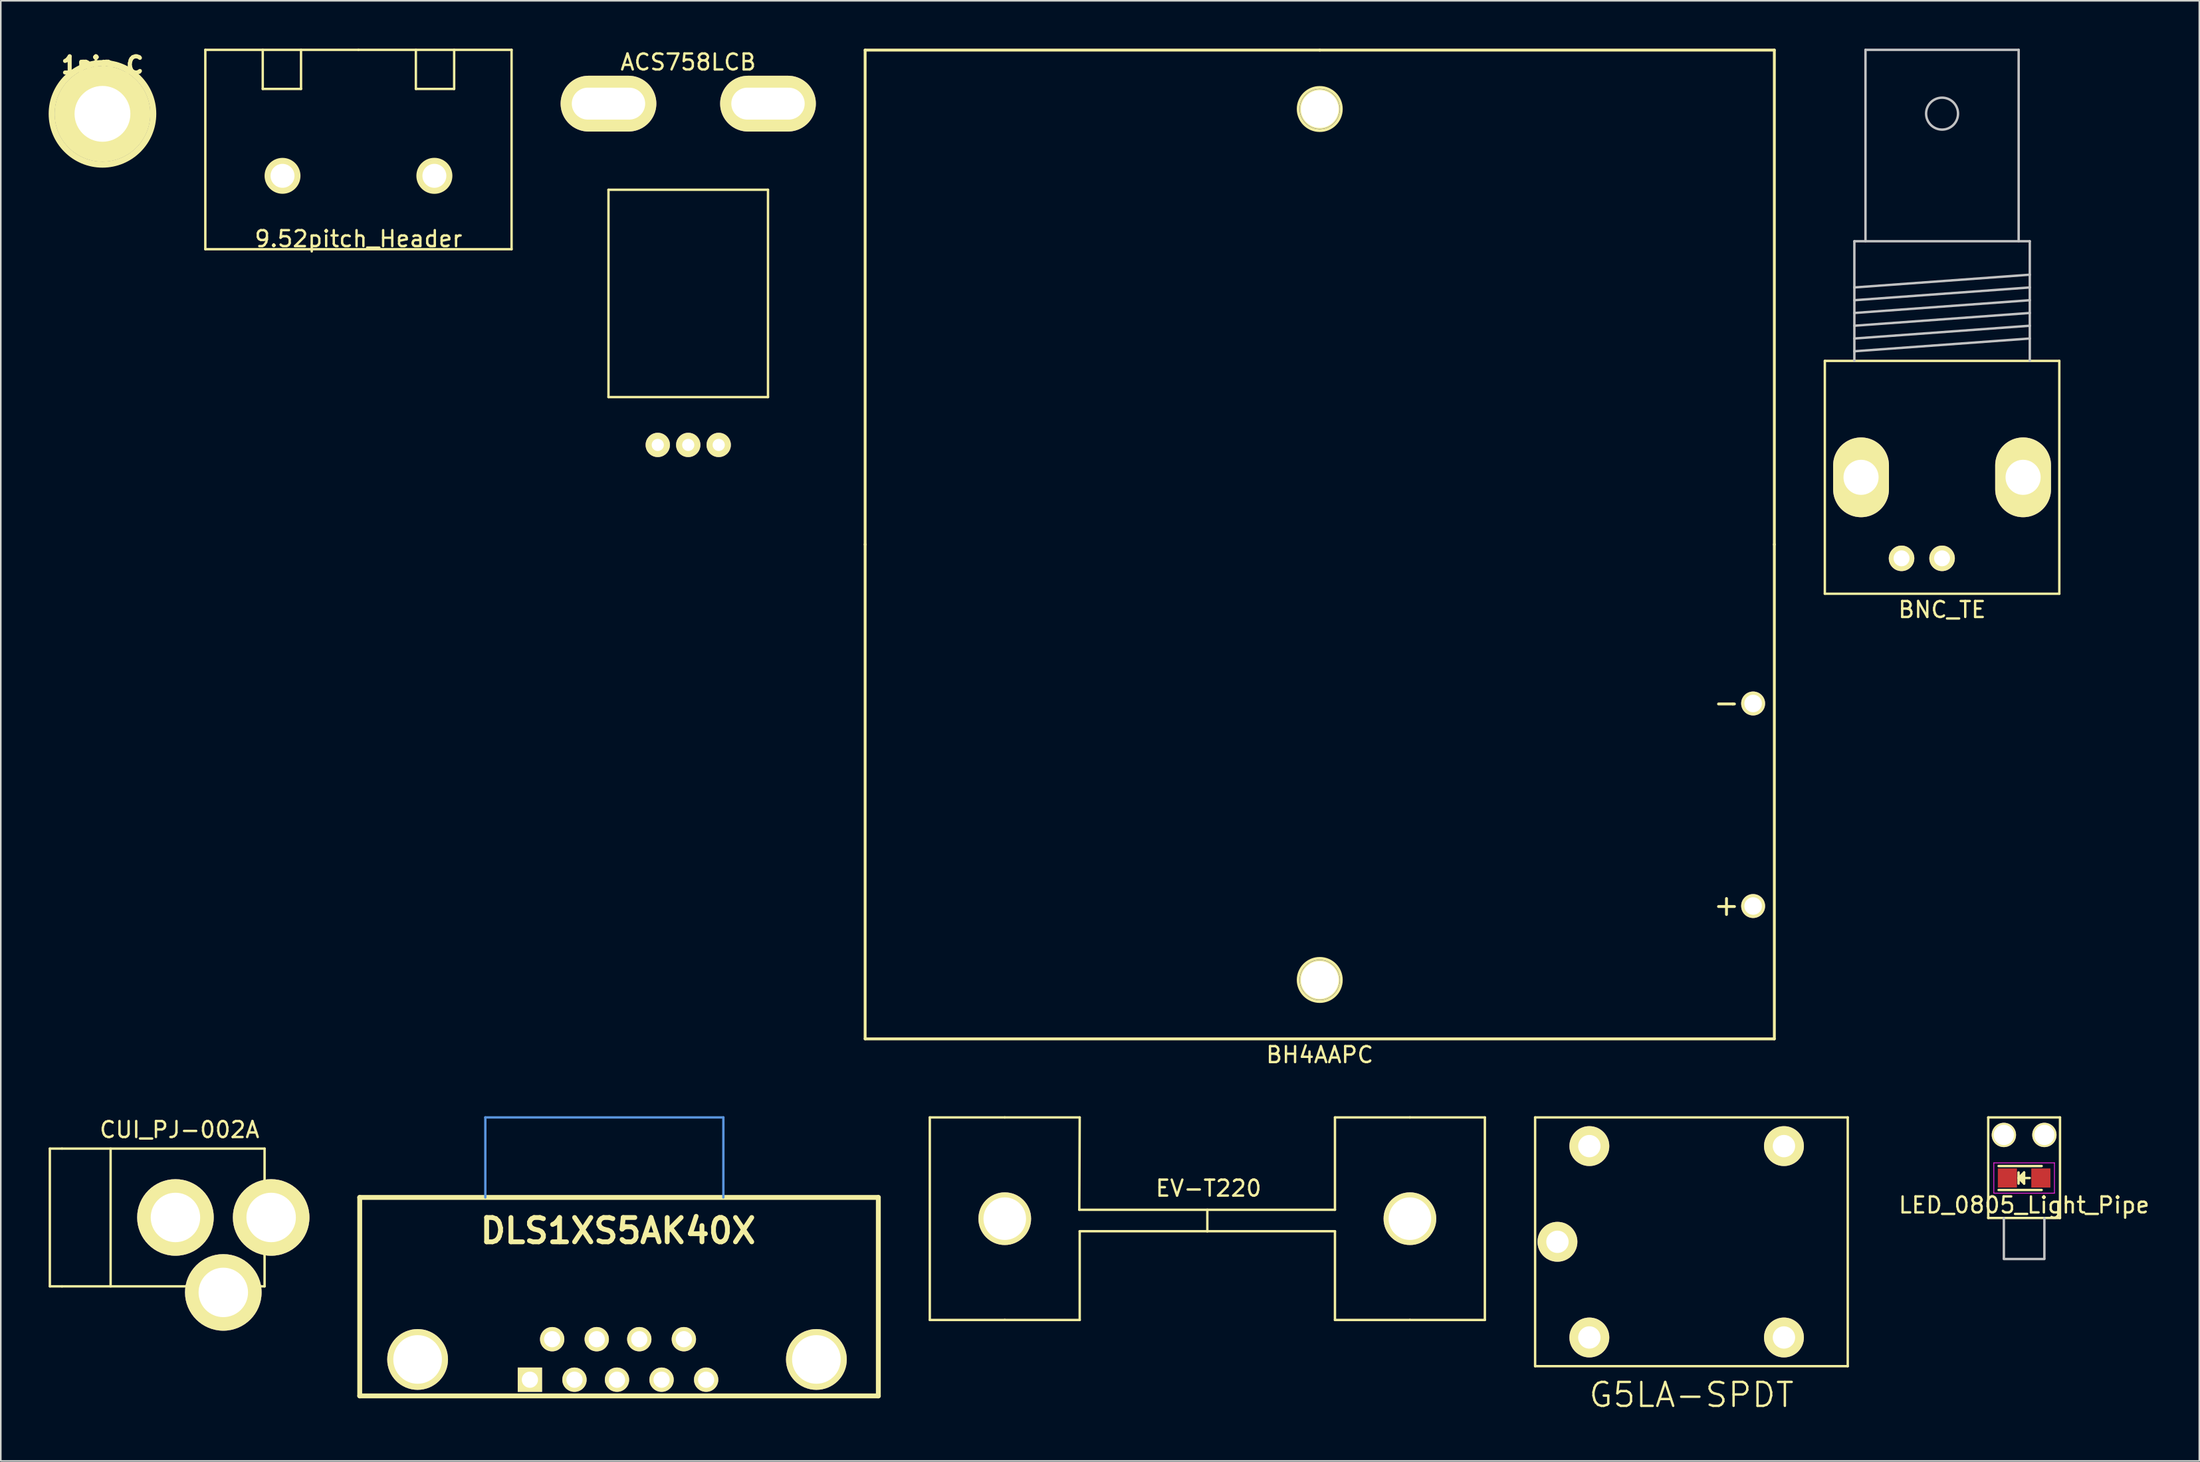
<source format=kicad_pcb>
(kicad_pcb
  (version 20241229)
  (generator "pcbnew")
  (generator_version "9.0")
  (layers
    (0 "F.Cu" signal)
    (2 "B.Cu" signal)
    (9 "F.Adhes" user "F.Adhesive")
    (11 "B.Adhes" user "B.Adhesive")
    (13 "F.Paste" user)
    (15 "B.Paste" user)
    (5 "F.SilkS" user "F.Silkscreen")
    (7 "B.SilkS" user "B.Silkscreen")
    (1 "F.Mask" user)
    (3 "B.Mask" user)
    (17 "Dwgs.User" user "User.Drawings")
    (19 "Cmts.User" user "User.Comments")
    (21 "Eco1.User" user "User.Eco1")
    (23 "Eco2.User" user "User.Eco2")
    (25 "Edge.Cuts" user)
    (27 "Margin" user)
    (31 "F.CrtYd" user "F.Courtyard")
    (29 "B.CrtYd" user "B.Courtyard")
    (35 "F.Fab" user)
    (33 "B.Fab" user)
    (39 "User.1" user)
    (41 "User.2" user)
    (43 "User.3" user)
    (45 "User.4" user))
  (footprint "DLS1XS5AK40X"
    (layer "F.Cu")
    (at 35.631 82.19)
    (property "Reference" "DLS1XS5AK40X" (at 0.064 -8.065 0) (layer "F.SilkS") (effects (font (size 1.524 1.524) (thickness 0.305))))
    (attr through_hole)
    (fp_line (start -16.129 -10.16) (end 16.383 -10.16) (stroke (width 0.305) (type solid)) (layer "F.SilkS"))
    (fp_line (start -16.129 2.286) (end -16.129 -10.16) (stroke (width 0.305) (type solid)) (layer "F.SilkS"))
    (fp_line (start -16.129 2.286) (end 16.383 2.286) (stroke (width 0.305) (type solid)) (layer "F.SilkS"))
    (fp_line (start 16.383 2.286) (end 16.383 -10.16) (stroke (width 0.305) (type solid)) (layer "F.SilkS"))
    (fp_line (start -8.255 -15.177) (end 6.668 -15.177) (stroke (width 0.15) (type solid)) (layer "Cmts.User"))
    (fp_line (start -8.255 -10.16) (end -8.255 -15.177) (stroke (width 0.15) (type solid)) (layer "Cmts.User"))
    (fp_line (start 6.668 -15.177) (end 6.668 -10.16) (stroke (width 0.15) (type solid)) (layer "Cmts.User"))
    (pad "" thru_hole circle (at -12.5 0) (size 3.81 3.81) (drill 3.048) (layers "*.Cu" "*.Mask" "F.SilkS"))
    (pad "" thru_hole circle (at 12.5 0) (size 3.81 3.81) (drill 3.048) (layers "*.Cu" "*.Mask" "F.SilkS"))
    (pad "1" thru_hole rect (at -5.461 1.27) (size 1.524 1.524) (drill 1.016) (layers "*.Cu" "*.Mask" "F.SilkS"))
    (pad "2" thru_hole circle (at -2.667 1.27) (size 1.524 1.524) (drill 1.016) (layers "*.Cu" "*.Mask" "F.SilkS"))
    (pad "3" thru_hole circle (at 0 1.27) (size 1.524 1.524) (drill 1.016) (layers "*.Cu" "*.Mask" "F.SilkS"))
    (pad "4" thru_hole circle (at 2.794 1.27) (size 1.524 1.524) (drill 1.016) (layers "*.Cu" "*.Mask" "F.SilkS"))
    (pad "5" thru_hole circle (at 5.588 1.27) (size 1.524 1.524) (drill 1.016) (layers "*.Cu" "*.Mask" "F.SilkS"))
    (pad "6" thru_hole circle (at -4.064 -1.27) (size 1.524 1.524) (drill 1.016) (layers "*.Cu" "*.Mask" "F.SilkS"))
    (pad "7" thru_hole circle (at -1.27 -1.27) (size 1.524 1.524) (drill 1.016) (layers "*.Cu" "*.Mask" "F.SilkS"))
    (pad "8" thru_hole circle (at 1.397 -1.27) (size 1.524 1.524) (drill 1.016) (layers "*.Cu" "*.Mask" "F.SilkS"))
    (pad "9" thru_hole circle (at 4.191 -1.27) (size 1.524 1.524) (drill 1.016) (layers "*.Cu" "*.Mask" "F.SilkS")))
  (footprint "9.52pitch_Header"
    (layer "F.Cu")
    (at 19.422 6.325)
    (property "Reference" "9.52pitch_Header" (at 0 5.6 0) (layer "F.SilkS") (effects (font (size 1 1) (thickness 0.15))))
    (attr through_hole)
    (fp_line (start -9.6 -6.25) (end 0 -6.25) (stroke (width 0.15) (type solid)) (layer "F.SilkS"))
    (fp_line (start -9.6 6.25) (end -9.6 -6.25) (stroke (width 0.15) (type solid)) (layer "F.SilkS"))
    (fp_line (start -6 -6.25) (end -6 -3.8) (stroke (width 0.15) (type solid)) (layer "F.SilkS"))
    (fp_line (start -6 -3.8) (end -3.6 -3.8) (stroke (width 0.15) (type solid)) (layer "F.SilkS"))
    (fp_line (start -3.6 -3.8) (end -3.6 -6.25) (stroke (width 0.15) (type solid)) (layer "F.SilkS"))
    (fp_line (start 0 -6.25) (end 9.6 -6.25) (stroke (width 0.15) (type solid)) (layer "F.SilkS"))
    (fp_line (start 3.6 -6.25) (end 3.6 -3.8) (stroke (width 0.15) (type solid)) (layer "F.SilkS"))
    (fp_line (start 3.6 -3.8) (end 6 -3.8) (stroke (width 0.15) (type solid)) (layer "F.SilkS"))
    (fp_line (start 6 -3.8) (end 6 -6.25) (stroke (width 0.15) (type solid)) (layer "F.SilkS"))
    (fp_line (start 9.6 -6.25) (end 9.6 6.25) (stroke (width 0.15) (type solid)) (layer "F.SilkS"))
    (fp_line (start 9.6 6.25) (end -9.6 6.25) (stroke (width 0.15) (type solid)) (layer "F.SilkS"))
    (fp_circle (center -4.76 1.65) (end -4 2.375) (stroke (width 0.15) (type solid)) (fill no) (layer "F.SilkS"))
    (fp_circle (center 4.76 1.65) (end 5.525 2.375) (stroke (width 0.15) (type solid)) (fill no) (layer "F.SilkS"))
    (pad "1" thru_hole circle (at -4.76 1.65) (size 2 2) (drill 1.5) (layers "*.Cu" "*.Mask" "F.SilkS"))
    (pad "2" thru_hole circle (at 4.76 1.65) (size 2 2) (drill 1.5) (layers "*.Cu" "*.Mask" "F.SilkS")))
  (footprint "1pin_C"
    (layer "F.Cu")
    (at 3.374 4.088)
    (property "Reference" "1pin_C" (at 0 -3.048 0) (layer "F.SilkS") (effects (font (size 1.016 1.016) (thickness 0.254))))
    (attr through_hole)
    (fp_circle (center 0 0) (end 3.175 0.229) (stroke (width 0.381) (type solid)) (fill no) (layer "F.SilkS"))
    (pad "1" thru_hole circle (at 0 0) (size 6 6) (drill 3.5) (layers "*.Cu" "*.Mask" "F.SilkS")))
  (footprint "G5LA-SPDT"
    (layer "F.Cu")
    (at 102.989 74.813)
    (property "Reference" "G5LA-SPDT" (at 0 9.6 0) (layer "F.SilkS") (effects (font (size 1.5 1.5) (thickness 0.15))))
    (attr through_hole)
    (fp_line (start -9.8 -7.8) (end -9.8 7.8) (stroke (width 0.15) (type solid)) (layer "F.SilkS"))
    (fp_line (start -9.8 7.8) (end 9.8 7.8) (stroke (width 0.15) (type solid)) (layer "F.SilkS"))
    (fp_line (start 9.8 -7.8) (end -9.8 -7.8) (stroke (width 0.15) (type solid)) (layer "F.SilkS"))
    (fp_line (start 9.8 7.8) (end 9.8 -7.8) (stroke (width 0.15) (type solid)) (layer "F.SilkS"))
    (pad "1" thru_hole circle (at -8.4 0) (size 2.5 2.5) (drill 1.4) (layers "*.Cu" "*.Mask" "F.SilkS"))
    (pad "2" thru_hole circle (at -6.4 6) (size 2.5 2.5) (drill 1.4) (layers "*.Cu" "*.Mask" "F.SilkS"))
    (pad "3" thru_hole circle (at 5.8 6) (size 2.5 2.5) (drill 1.4) (layers "*.Cu" "*.Mask" "F.SilkS"))
    (pad "4" thru_hole circle (at 5.8 -6) (size 2.5 2.5) (drill 1.4) (layers "*.Cu" "*.Mask" "F.SilkS"))
    (pad "5" thru_hole circle (at -6.4 -6) (size 2.5 2.5) (drill 1.4) (layers "*.Cu" "*.Mask" "F.SilkS")))
  (footprint "CUI_PJ-002A"
    (layer "F.Cu")
    (at 7.949 73.287)
    (property "Reference" "CUI_PJ-002A" (at 0.254 -5.5 0) (layer "F.SilkS") (effects (font (size 1 1) (thickness 0.15))))
    (attr through_hole)
    (fp_line (start -7.874 -4.318) (end -7.874 4.318) (stroke (width 0.15) (type solid)) (layer "F.SilkS"))
    (fp_line (start -7.874 4.318) (end -7.112 4.318) (stroke (width 0.15) (type solid)) (layer "F.SilkS"))
    (fp_line (start -7.112 -4.318) (end -7.874 -4.318) (stroke (width 0.15) (type solid)) (layer "F.SilkS"))
    (fp_line (start -7.112 -4.318) (end 5.588 -4.318) (stroke (width 0.15) (type solid)) (layer "F.SilkS"))
    (fp_line (start -7.112 4.318) (end 5.588 4.318) (stroke (width 0.15) (type solid)) (layer "F.SilkS"))
    (fp_line (start -4.064 -4.318) (end -4.064 4.318) (stroke (width 0.15) (type solid)) (layer "F.SilkS"))
    (fp_line (start 5.588 -4.318) (end 5.588 4.318) (stroke (width 0.15) (type solid)) (layer "F.SilkS"))
    (pad "1" thru_hole circle (at 6 0) (size 4.801 4.801) (drill 3.1) (layers "*.Cu" "*.Mask" "F.SilkS"))
    (pad "2" thru_hole circle (at 0 0) (size 4.801 4.801) (drill 3.1) (layers "*.Cu" "*.Mask" "F.SilkS"))
    (pad "3" thru_hole circle (at 3 4.7) (size 4.801 4.801) (drill 3.1) (layers "*.Cu" "*.Mask" "F.SilkS")))
  (footprint "BH4AAPC"
    (layer "F.Cu")
    (at 79.687 31.09)
    (property "Reference" "BH4AAPC" (at 0 32 0) (layer "F.SilkS") (effects (font (size 1 1) (thickness 0.15))))
    (attr through_hole)
    (fp_line (start -28.5 -31) (end -28.5 0) (stroke (width 0.18) (type solid)) (layer "F.SilkS"))
    (fp_line (start -28.5 0) (end -28.5 31) (stroke (width 0.18) (type solid)) (layer "F.SilkS"))
    (fp_line (start 0 -31) (end -28.5 -31) (stroke (width 0.18) (type solid)) (layer "F.SilkS"))
    (fp_line (start 0 -31) (end 28.5 -31) (stroke (width 0.18) (type solid)) (layer "F.SilkS"))
    (fp_line (start 25 10) (end 25.9 10) (stroke (width 0.18) (type solid)) (layer "F.SilkS"))
    (fp_line (start 25 22.7) (end 26 22.7) (stroke (width 0.18) (type solid)) (layer "F.SilkS"))
    (fp_line (start 25.5 22.7) (end 25.5 22.2) (stroke (width 0.18) (type solid)) (layer "F.SilkS"))
    (fp_line (start 25.5 22.7) (end 25.5 23.2) (stroke (width 0.18) (type solid)) (layer "F.SilkS"))
    (fp_line (start 25.9 10) (end 26 10) (stroke (width 0.18) (type solid)) (layer "F.SilkS"))
    (fp_line (start 28.5 -31) (end 28.5 0) (stroke (width 0.18) (type solid)) (layer "F.SilkS"))
    (fp_line (start 28.5 0) (end 28.5 31) (stroke (width 0.18) (type solid)) (layer "F.SilkS"))
    (fp_line (start 28.5 31) (end -28.5 31) (stroke (width 0.18) (type solid)) (layer "F.SilkS"))
    (fp_circle (center 0 -27.305) (end 1.35 -27.305) (stroke (width 0.18) (type solid)) (fill no) (layer "F.SilkS"))
    (fp_circle (center 0 27.305) (end 1.35 27.305) (stroke (width 0.18) (type solid)) (fill no) (layer "F.SilkS"))
    (pad "" thru_hole circle (at 0 -27.305) (size 2.5 2.5) (drill 2.36) (layers "*.Cu" "*.Mask" "F.SilkS"))
    (pad "1" thru_hole circle (at 0 27.305) (size 2.5 2.5) (drill 2.36) (layers "*.Cu" "*.Mask" "F.SilkS"))
    (pad "1" thru_hole circle (at 27.17 9.97) (size 1.5 1.5) (drill 1.1) (layers "*.Cu" "*.Mask" "F.SilkS"))
    (pad "2" thru_hole circle (at 27.17 22.67) (size 1.5 1.5) (drill 1.1) (layers "*.Cu" "*.Mask" "F.SilkS")))
  (footprint "EV-T220"
    (layer "F.Cu")
    (at 72.64 74.151)
    (property "Reference" "EV-T220" (at 0.076 -2.692 0) (layer "F.SilkS") (effects (font (size 1 1) (thickness 0.15))))
    (attr through_hole)
    (fp_line (start -17.399 -7.137) (end -12.7 -7.137) (stroke (width 0.15) (type solid)) (layer "F.SilkS"))
    (fp_line (start -17.399 5.563) (end -17.399 -7.137) (stroke (width 0.15) (type solid)) (layer "F.SilkS"))
    (fp_line (start -12.7 -7.137) (end -8.001 -7.137) (stroke (width 0.15) (type solid)) (layer "F.SilkS"))
    (fp_line (start -12.7 5.563) (end -17.399 5.563) (stroke (width 0.15) (type solid)) (layer "F.SilkS"))
    (fp_line (start -12.7 5.563) (end -8.001 5.563) (stroke (width 0.15) (type solid)) (layer "F.SilkS"))
    (fp_line (start -8.026 -1.346) (end 8.001 -1.346) (stroke (width 0.15) (type solid)) (layer "F.SilkS"))
    (fp_line (start -8.001 -7.137) (end -8.026 -1.346) (stroke (width 0.15) (type solid)) (layer "F.SilkS"))
    (fp_line (start -8.001 5.563) (end -8.001 0) (stroke (width 0.15) (type solid)) (layer "F.SilkS"))
    (fp_line (start 0 0) (end -8.001 0) (stroke (width 0.15) (type solid)) (layer "F.SilkS"))
    (fp_line (start 0 0) (end 0 -1.346) (stroke (width 0.15) (type solid)) (layer "F.SilkS"))
    (fp_line (start 0 0) (end 8.001 0) (stroke (width 0.15) (type solid)) (layer "F.SilkS"))
    (fp_line (start 8.001 -7.137) (end 8.001 -1.346) (stroke (width 0.15) (type solid)) (layer "F.SilkS"))
    (fp_line (start 8.001 5.563) (end 8.001 0) (stroke (width 0.15) (type solid)) (layer "F.SilkS"))
    (fp_line (start 12.7 -7.137) (end 8.001 -7.137) (stroke (width 0.15) (type solid)) (layer "F.SilkS"))
    (fp_line (start 12.7 5.563) (end 8.001 5.563) (stroke (width 0.15) (type solid)) (layer "F.SilkS"))
    (fp_line (start 12.7 5.563) (end 17.399 5.563) (stroke (width 0.15) (type solid)) (layer "F.SilkS"))
    (fp_line (start 17.399 -7.137) (end 12.7 -7.137) (stroke (width 0.15) (type solid)) (layer "F.SilkS"))
    (fp_line (start 17.399 5.563) (end 17.399 -7.137) (stroke (width 0.15) (type solid)) (layer "F.SilkS"))
    (pad "" thru_hole circle (at -12.7 -0.787) (size 3.302 3.302) (drill 2.667) (layers "*.Cu" "*.Mask" "F.SilkS"))
    (pad "" thru_hole circle (at 12.7 -0.787) (size 3.302 3.302) (drill 2.667) (layers "*.Cu" "*.Mask" "F.SilkS")))
  (footprint "LED_0805_Light_Pipe"
    (layer "F.Cu")
    (at 123.846 70.813)
    (property "Reference" "LED_0805_Light_Pipe" (at 0 1.7 0) (layer "F.SilkS") (effects (font (size 1 1) (thickness 0.15))))
    (attr smd)
    (fp_line (start -2.25 -3.8) (end 2.25 -3.8) (stroke (width 0.15) (type solid)) (layer "F.SilkS"))
    (fp_line (start -2.25 2.507) (end -2.25 -3.8) (stroke (width 0.15) (type solid)) (layer "F.SilkS"))
    (fp_line (start -2.25 2.507) (end 2.25 2.507) (stroke (width 0.15) (type solid)) (layer "F.SilkS"))
    (fp_line (start -1.6 -0.75) (end 1.1 -0.75) (stroke (width 0.15) (type solid)) (layer "F.SilkS"))
    (fp_line (start -1.6 0.75) (end 1.1 0.75) (stroke (width 0.15) (type solid)) (layer "F.SilkS"))
    (fp_line (start -0.35 -0.35) (end -0.35 0.35) (stroke (width 0.15) (type solid)) (layer "F.SilkS"))
    (fp_line (start -0.35 0) (end 0 -0.35) (stroke (width 0.15) (type solid)) (layer "F.SilkS"))
    (fp_line (start -0.1 -0.1) (end -0.25 0.05) (stroke (width 0.15) (type solid)) (layer "F.SilkS"))
    (fp_line (start -0.1 0.15) (end -0.1 -0.1) (stroke (width 0.15) (type solid)) (layer "F.SilkS"))
    (fp_line (start 0 -0.35) (end 0 0.35) (stroke (width 0.15) (type solid)) (layer "F.SilkS"))
    (fp_line (start 0 0) (end 0.35 0) (stroke (width 0.15) (type solid)) (layer "F.SilkS"))
    (fp_line (start 0 0.35) (end -0.35 0) (stroke (width 0.15) (type solid)) (layer "F.SilkS"))
    (fp_line (start 2.25 2.507) (end 2.25 -3.8) (stroke (width 0.15) (type solid)) (layer "F.SilkS"))
    (fp_line (start -1.27 2.507) (end -1.27 5.047) (stroke (width 0.15) (type solid)) (layer "Dwgs.User"))
    (fp_line (start -1.27 5.08) (end 1.27 5.08) (stroke (width 0.15) (type solid)) (layer "Dwgs.User"))
    (fp_line (start 1.27 2.507) (end 1.27 5.047) (stroke (width 0.15) (type solid)) (layer "Dwgs.User"))
    (fp_line (start -1.9 -0.95) (end 1.9 -0.95) (stroke (width 0.05) (type solid)) (layer "F.CrtYd"))
    (fp_line (start -1.9 0.95) (end -1.9 -0.95) (stroke (width 0.05) (type solid)) (layer "F.CrtYd"))
    (fp_line (start 1.9 -0.95) (end 1.9 0.95) (stroke (width 0.05) (type solid)) (layer "F.CrtYd"))
    (fp_line (start 1.9 0.95) (end -1.9 0.95) (stroke (width 0.05) (type solid)) (layer "F.CrtYd"))
    (pad "" thru_hole circle (at -1.27 -2.7) (size 1.524 1.524) (drill 1.27) (layers "*.Cu" "*.Mask" "F.SilkS"))
    (pad "" thru_hole circle (at 1.27 -2.7) (size 1.524 1.524) (drill 1.27) (layers "*.Cu" "*.Mask" "F.SilkS"))
    (pad "1" smd rect (at -1.049 0 180) (size 1.199 1.199) (layers "F.Cu" "F.Mask" "F.Paste"))
    (pad "2" smd rect (at 1.049 0 180) (size 1.199 1.199) (layers "F.Cu" "F.Mask" "F.Paste")))
  (footprint "BNC_TE"
    (layer "F.Cu")
    (at 118.702 26.879)
    (property "Reference" "BNC_TE" (at 0 8.3 0) (layer "F.SilkS") (effects (font (size 1 1) (thickness 0.15))))
    (attr through_hole)
    (fp_line (start -7.35 -7.3) (end -7.35 7.3) (stroke (width 0.15) (type solid)) (layer "F.SilkS"))
    (fp_line (start -7.35 -7.3) (end 7.35 -7.3) (stroke (width 0.15) (type solid)) (layer "F.SilkS"))
    (fp_line (start -7.35 7.3) (end 7.35 7.3) (stroke (width 0.15) (type solid)) (layer "F.SilkS"))
    (fp_line (start 7.35 -7.3) (end 7.35 7.3) (stroke (width 0.15) (type solid)) (layer "F.SilkS"))
    (fp_line (start -5.499 -14.803) (end -5.499 -7.305) (stroke (width 0.15) (type solid)) (layer "Dwgs.User"))
    (fp_line (start -5.499 -11.905) (end 5.499 -12.705) (stroke (width 0.15) (type solid)) (layer "Dwgs.User"))
    (fp_line (start -5.499 -11.105) (end 5.499 -11.905) (stroke (width 0.15) (type solid)) (layer "Dwgs.User"))
    (fp_line (start -5.499 -10.305) (end 5.499 -11.105) (stroke (width 0.15) (type solid)) (layer "Dwgs.User"))
    (fp_line (start -5.499 -9.505) (end 5.499 -10.305) (stroke (width 0.15) (type solid)) (layer "Dwgs.User"))
    (fp_line (start -5.499 -8.704) (end 5.499 -9.505) (stroke (width 0.15) (type solid)) (layer "Dwgs.User"))
    (fp_line (start -5.499 -7.904) (end 5.499 -8.704) (stroke (width 0.15) (type solid)) (layer "Dwgs.User"))
    (fp_line (start -4.801 -26.804) (end -4.801 -14.803) (stroke (width 0.15) (type solid)) (layer "Dwgs.User"))
    (fp_line (start 4.801 -26.804) (end -4.801 -26.804) (stroke (width 0.15) (type solid)) (layer "Dwgs.User"))
    (fp_line (start 4.801 -14.803) (end 4.801 -26.804) (stroke (width 0.15) (type solid)) (layer "Dwgs.User"))
    (fp_line (start 5.499 -14.803) (end -5.499 -14.803) (stroke (width 0.15) (type solid)) (layer "Dwgs.User"))
    (fp_line (start 5.499 -7.305) (end 5.499 -14.803) (stroke (width 0.15) (type solid)) (layer "Dwgs.User"))
    (fp_circle (center 0 -22.804) (end 1.001 -22.804) (stroke (width 0.15) (type solid)) (fill no) (layer "Dwgs.User"))
    (pad "1" thru_hole circle (at 0 5.08) (size 1.6 1.6) (drill 1.001) (layers "*.Cu" "*.Mask" "F.SilkS"))
    (pad "2" thru_hole oval (at -5.08 0) (size 3.5 5.001) (drill 2.2) (layers "*.Cu" "*.Mask" "F.SilkS"))
    (pad "2" thru_hole circle (at -2.54 5.08) (size 1.6 1.6) (drill 1.001) (layers "*.Cu" "*.Mask" "F.SilkS"))
    (pad "2" thru_hole oval (at 5.08 0) (size 3.5 5.001) (drill 2.2) (layers "*.Cu" "*.Mask" "F.SilkS")))
  (footprint "ACS758LCB"
    (layer "F.Cu")
    (at 40.097 24.848)
    (property "Reference" "ACS758LCB" (at 0 -24 0) (layer "F.SilkS") (effects (font (size 1 1) (thickness 0.15))))
    (attr through_hole)
    (fp_line (start -5 -16) (end -5 -3) (stroke (width 0.15) (type solid)) (layer "F.SilkS"))
    (fp_line (start -5 -3) (end 5 -3) (stroke (width 0.15) (type solid)) (layer "F.SilkS"))
    (fp_line (start 5 -16) (end -5 -16) (stroke (width 0.15) (type solid)) (layer "F.SilkS"))
    (fp_line (start 5 -3) (end 5 -16) (stroke (width 0.15) (type solid)) (layer "F.SilkS"))
    (pad "1" thru_hole circle (at -1.91 0) (size 1.524 1.524) (drill 0.762) (layers "*.Cu" "*.Mask" "F.SilkS"))
    (pad "2" thru_hole circle (at 0 0) (size 1.524 1.524) (drill 0.762) (layers "*.Cu" "*.Mask" "F.SilkS"))
    (pad "3" thru_hole circle (at 1.91 0) (size 1.524 1.524) (drill 0.762) (layers "*.Cu" "*.Mask" "F.SilkS"))
    (pad "4" thru_hole oval (at 5 -21.4) (size 6 3.5) (drill oval 4.6 2) (layers "*.Cu" "*.Mask" "F.SilkS"))
    (pad "5" thru_hole oval (at -5 -21.4) (size 6 3.5) (drill oval 4.6 2) (layers "*.Cu" "*.Mask" "F.SilkS")))
  (gr_rect
    (start -3 -3)
    (end 134.828 88.554)
    (stroke (width 0.1) (type default))
    (fill no)
    (layer "Edge.Cuts")))
</source>
